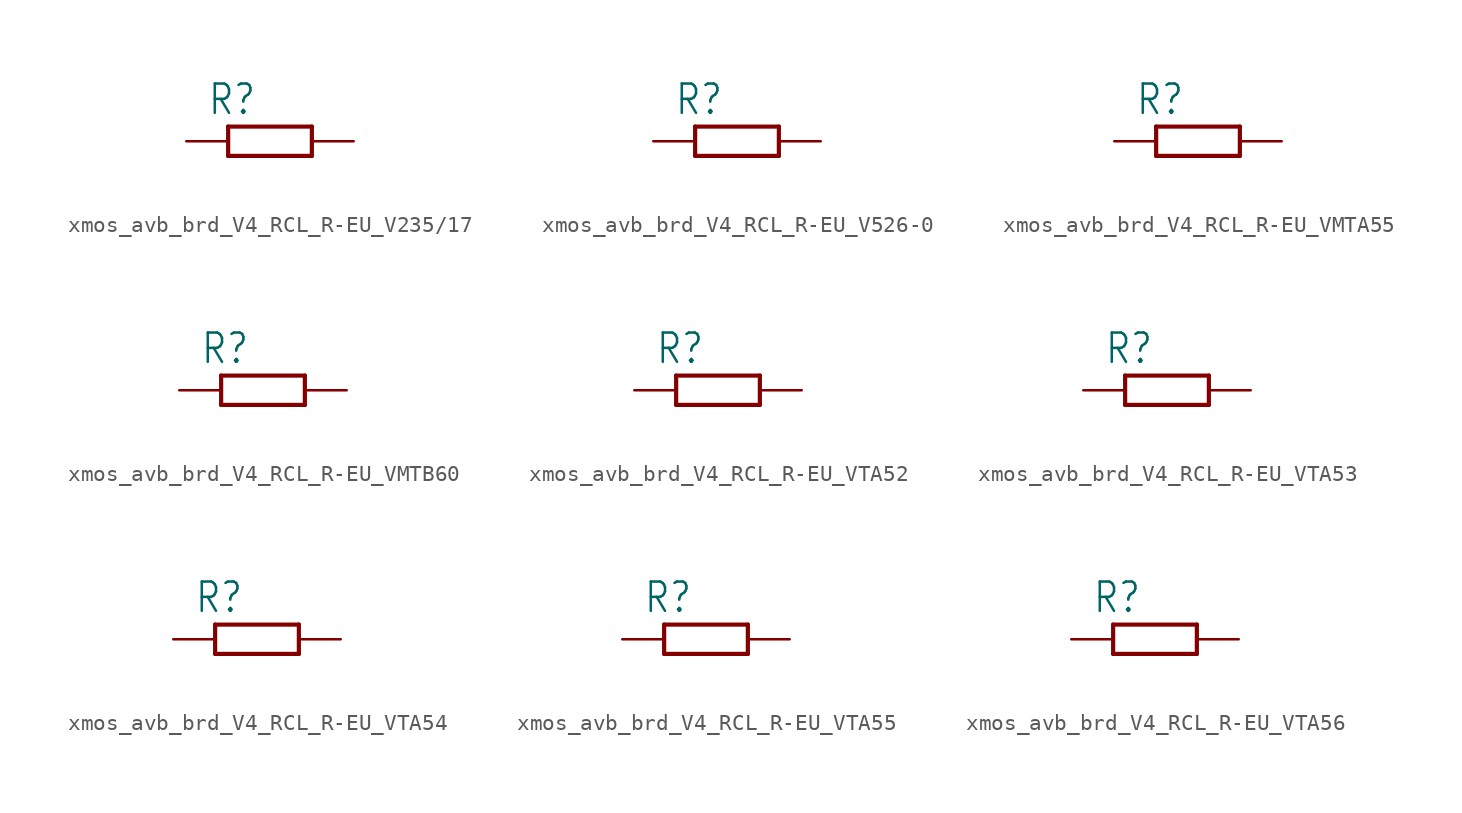
<source format=kicad_sym>
(kicad_symbol_lib
  (version 20241209)
  (generator "kicad_symbol_editor")
  (generator_version "9.0")
  (symbol "xmos_avb_brd_V4_RCL_R-EU_V235/17"
    (property "Reference" "R"
      (at -3.81 1.499 0)
      (effects (font (size 1.778 1.511)) (justify left bottom)))
    (property "Value" ""
      (at -3.81 -3.302 0)
      (effects (font (size 1.778 1.511)) (justify left bottom)))
    (property "ki_locked" ""
      (at 0 0 0)
      (effects (font (size 1.27 1.27))))
    (symbol "xmos_avb_brd_V4_RCL_R-EU_V235/17_1_0"
      (polyline (pts (xy -2.54 -0.889) (xy -2.54 0.889)) (stroke (width 0.254) (type solid)) (fill (type none)))
      (polyline (pts (xy -2.54 -0.889) (xy 2.54 -0.889)) (stroke (width 0.254) (type solid)) (fill (type none)))
      (polyline (pts (xy 2.54 0.889) (xy -2.54 0.889)) (stroke (width 0.254) (type solid)) (fill (type none)))
      (polyline (pts (xy 2.54 -0.889) (xy 2.54 0.889)) (stroke (width 0.254) (type solid)) (fill (type none)))
      (pin passive line (at -5.08 0 0) (length 2.54) (name "1" (effects (font (size 0 0)))) (number "1" (effects (font (size 0 0)))))
      (pin passive line (at 5.08 0 180) (length 2.54) (name "2" (effects (font (size 0 0)))) (number "2" (effects (font (size 0 0)))))))
  (symbol "xmos_avb_brd_V4_RCL_R-EU_V526-0"
    (property "Reference" "R"
      (at -3.81 1.499 0)
      (effects (font (size 1.778 1.511)) (justify left bottom)))
    (property "Value" ""
      (at -3.81 -3.302 0)
      (effects (font (size 1.778 1.511)) (justify left bottom)))
    (property "ki_locked" ""
      (at 0 0 0)
      (effects (font (size 1.27 1.27))))
    (symbol "xmos_avb_brd_V4_RCL_R-EU_V526-0_1_0"
      (polyline (pts (xy -2.54 -0.889) (xy -2.54 0.889)) (stroke (width 0.254) (type solid)) (fill (type none)))
      (polyline (pts (xy -2.54 -0.889) (xy 2.54 -0.889)) (stroke (width 0.254) (type solid)) (fill (type none)))
      (polyline (pts (xy 2.54 0.889) (xy -2.54 0.889)) (stroke (width 0.254) (type solid)) (fill (type none)))
      (polyline (pts (xy 2.54 -0.889) (xy 2.54 0.889)) (stroke (width 0.254) (type solid)) (fill (type none)))
      (pin passive line (at -5.08 0 0) (length 2.54) (name "1" (effects (font (size 0 0)))) (number "1" (effects (font (size 0 0)))))
      (pin passive line (at 5.08 0 180) (length 2.54) (name "2" (effects (font (size 0 0)))) (number "2" (effects (font (size 0 0)))))))
  (symbol "xmos_avb_brd_V4_RCL_R-EU_VMTA55"
    (property "Reference" "R"
      (at -3.81 1.499 0)
      (effects (font (size 1.778 1.511)) (justify left bottom)))
    (property "Value" ""
      (at -3.81 -3.302 0)
      (effects (font (size 1.778 1.511)) (justify left bottom)))
    (property "ki_locked" ""
      (at 0 0 0)
      (effects (font (size 1.27 1.27))))
    (symbol "xmos_avb_brd_V4_RCL_R-EU_VMTA55_1_0"
      (polyline (pts (xy -2.54 -0.889) (xy -2.54 0.889)) (stroke (width 0.254) (type solid)) (fill (type none)))
      (polyline (pts (xy -2.54 -0.889) (xy 2.54 -0.889)) (stroke (width 0.254) (type solid)) (fill (type none)))
      (polyline (pts (xy 2.54 0.889) (xy -2.54 0.889)) (stroke (width 0.254) (type solid)) (fill (type none)))
      (polyline (pts (xy 2.54 -0.889) (xy 2.54 0.889)) (stroke (width 0.254) (type solid)) (fill (type none)))
      (pin passive line (at -5.08 0 0) (length 2.54) (name "1" (effects (font (size 0 0)))) (number "1" (effects (font (size 0 0)))))
      (pin passive line (at 5.08 0 180) (length 2.54) (name "2" (effects (font (size 0 0)))) (number "2" (effects (font (size 0 0)))))))
  (symbol "xmos_avb_brd_V4_RCL_R-EU_VMTB60"
    (property "Reference" "R"
      (at -3.81 1.499 0)
      (effects (font (size 1.778 1.511)) (justify left bottom)))
    (property "Value" ""
      (at -3.81 -3.302 0)
      (effects (font (size 1.778 1.511)) (justify left bottom)))
    (property "ki_locked" ""
      (at 0 0 0)
      (effects (font (size 1.27 1.27))))
    (symbol "xmos_avb_brd_V4_RCL_R-EU_VMTB60_1_0"
      (polyline (pts (xy -2.54 -0.889) (xy -2.54 0.889)) (stroke (width 0.254) (type solid)) (fill (type none)))
      (polyline (pts (xy -2.54 -0.889) (xy 2.54 -0.889)) (stroke (width 0.254) (type solid)) (fill (type none)))
      (polyline (pts (xy 2.54 0.889) (xy -2.54 0.889)) (stroke (width 0.254) (type solid)) (fill (type none)))
      (polyline (pts (xy 2.54 -0.889) (xy 2.54 0.889)) (stroke (width 0.254) (type solid)) (fill (type none)))
      (pin passive line (at -5.08 0 0) (length 2.54) (name "1" (effects (font (size 0 0)))) (number "1" (effects (font (size 0 0)))))
      (pin passive line (at 5.08 0 180) (length 2.54) (name "2" (effects (font (size 0 0)))) (number "2" (effects (font (size 0 0)))))))
  (symbol "xmos_avb_brd_V4_RCL_R-EU_VTA52"
    (property "Reference" "R"
      (at -3.81 1.499 0)
      (effects (font (size 1.778 1.511)) (justify left bottom)))
    (property "Value" ""
      (at -3.81 -3.302 0)
      (effects (font (size 1.778 1.511)) (justify left bottom)))
    (property "ki_locked" ""
      (at 0 0 0)
      (effects (font (size 1.27 1.27))))
    (symbol "xmos_avb_brd_V4_RCL_R-EU_VTA52_1_0"
      (polyline (pts (xy -2.54 -0.889) (xy -2.54 0.889)) (stroke (width 0.254) (type solid)) (fill (type none)))
      (polyline (pts (xy -2.54 -0.889) (xy 2.54 -0.889)) (stroke (width 0.254) (type solid)) (fill (type none)))
      (polyline (pts (xy 2.54 0.889) (xy -2.54 0.889)) (stroke (width 0.254) (type solid)) (fill (type none)))
      (polyline (pts (xy 2.54 -0.889) (xy 2.54 0.889)) (stroke (width 0.254) (type solid)) (fill (type none)))
      (pin passive line (at -5.08 0 0) (length 2.54) (name "1" (effects (font (size 0 0)))) (number "1" (effects (font (size 0 0)))))
      (pin passive line (at 5.08 0 180) (length 2.54) (name "2" (effects (font (size 0 0)))) (number "2" (effects (font (size 0 0)))))))
  (symbol "xmos_avb_brd_V4_RCL_R-EU_VTA53"
    (property "Reference" "R"
      (at -3.81 1.499 0)
      (effects (font (size 1.778 1.511)) (justify left bottom)))
    (property "Value" ""
      (at -3.81 -3.302 0)
      (effects (font (size 1.778 1.511)) (justify left bottom)))
    (property "ki_locked" ""
      (at 0 0 0)
      (effects (font (size 1.27 1.27))))
    (symbol "xmos_avb_brd_V4_RCL_R-EU_VTA53_1_0"
      (polyline (pts (xy -2.54 -0.889) (xy -2.54 0.889)) (stroke (width 0.254) (type solid)) (fill (type none)))
      (polyline (pts (xy -2.54 -0.889) (xy 2.54 -0.889)) (stroke (width 0.254) (type solid)) (fill (type none)))
      (polyline (pts (xy 2.54 0.889) (xy -2.54 0.889)) (stroke (width 0.254) (type solid)) (fill (type none)))
      (polyline (pts (xy 2.54 -0.889) (xy 2.54 0.889)) (stroke (width 0.254) (type solid)) (fill (type none)))
      (pin passive line (at -5.08 0 0) (length 2.54) (name "1" (effects (font (size 0 0)))) (number "1" (effects (font (size 0 0)))))
      (pin passive line (at 5.08 0 180) (length 2.54) (name "2" (effects (font (size 0 0)))) (number "2" (effects (font (size 0 0)))))))
  (symbol "xmos_avb_brd_V4_RCL_R-EU_VTA54"
    (property "Reference" "R"
      (at -3.81 1.499 0)
      (effects (font (size 1.778 1.511)) (justify left bottom)))
    (property "Value" ""
      (at -3.81 -3.302 0)
      (effects (font (size 1.778 1.511)) (justify left bottom)))
    (property "ki_locked" ""
      (at 0 0 0)
      (effects (font (size 1.27 1.27))))
    (symbol "xmos_avb_brd_V4_RCL_R-EU_VTA54_1_0"
      (polyline (pts (xy -2.54 -0.889) (xy -2.54 0.889)) (stroke (width 0.254) (type solid)) (fill (type none)))
      (polyline (pts (xy -2.54 -0.889) (xy 2.54 -0.889)) (stroke (width 0.254) (type solid)) (fill (type none)))
      (polyline (pts (xy 2.54 0.889) (xy -2.54 0.889)) (stroke (width 0.254) (type solid)) (fill (type none)))
      (polyline (pts (xy 2.54 -0.889) (xy 2.54 0.889)) (stroke (width 0.254) (type solid)) (fill (type none)))
      (pin passive line (at -5.08 0 0) (length 2.54) (name "1" (effects (font (size 0 0)))) (number "1" (effects (font (size 0 0)))))
      (pin passive line (at 5.08 0 180) (length 2.54) (name "2" (effects (font (size 0 0)))) (number "2" (effects (font (size 0 0)))))))
  (symbol "xmos_avb_brd_V4_RCL_R-EU_VTA55"
    (property "Reference" "R"
      (at -3.81 1.499 0)
      (effects (font (size 1.778 1.511)) (justify left bottom)))
    (property "Value" ""
      (at -3.81 -3.302 0)
      (effects (font (size 1.778 1.511)) (justify left bottom)))
    (property "ki_locked" ""
      (at 0 0 0)
      (effects (font (size 1.27 1.27))))
    (symbol "xmos_avb_brd_V4_RCL_R-EU_VTA55_1_0"
      (polyline (pts (xy -2.54 -0.889) (xy -2.54 0.889)) (stroke (width 0.254) (type solid)) (fill (type none)))
      (polyline (pts (xy -2.54 -0.889) (xy 2.54 -0.889)) (stroke (width 0.254) (type solid)) (fill (type none)))
      (polyline (pts (xy 2.54 0.889) (xy -2.54 0.889)) (stroke (width 0.254) (type solid)) (fill (type none)))
      (polyline (pts (xy 2.54 -0.889) (xy 2.54 0.889)) (stroke (width 0.254) (type solid)) (fill (type none)))
      (pin passive line (at -5.08 0 0) (length 2.54) (name "1" (effects (font (size 0 0)))) (number "1" (effects (font (size 0 0)))))
      (pin passive line (at 5.08 0 180) (length 2.54) (name "2" (effects (font (size 0 0)))) (number "2" (effects (font (size 0 0)))))))
  (symbol "xmos_avb_brd_V4_RCL_R-EU_VTA56"
    (property "Reference" "R"
      (at -3.81 1.499 0)
      (effects (font (size 1.778 1.511)) (justify left bottom)))
    (property "Value" ""
      (at -3.81 -3.302 0)
      (effects (font (size 1.778 1.511)) (justify left bottom)))
    (property "ki_locked" ""
      (at 0 0 0)
      (effects (font (size 1.27 1.27))))
    (symbol "xmos_avb_brd_V4_RCL_R-EU_VTA56_1_0"
      (polyline (pts (xy -2.54 -0.889) (xy -2.54 0.889)) (stroke (width 0.254) (type solid)) (fill (type none)))
      (polyline (pts (xy -2.54 -0.889) (xy 2.54 -0.889)) (stroke (width 0.254) (type solid)) (fill (type none)))
      (polyline (pts (xy 2.54 0.889) (xy -2.54 0.889)) (stroke (width 0.254) (type solid)) (fill (type none)))
      (polyline (pts (xy 2.54 -0.889) (xy 2.54 0.889)) (stroke (width 0.254) (type solid)) (fill (type none)))
      (pin passive line (at -5.08 0 0) (length 2.54) (name "1" (effects (font (size 0 0)))) (number "1" (effects (font (size 0 0)))))
      (pin passive line (at 5.08 0 180) (length 2.54) (name "2" (effects (font (size 0 0)))) (number "2" (effects (font (size 0 0))))))))
</source>
